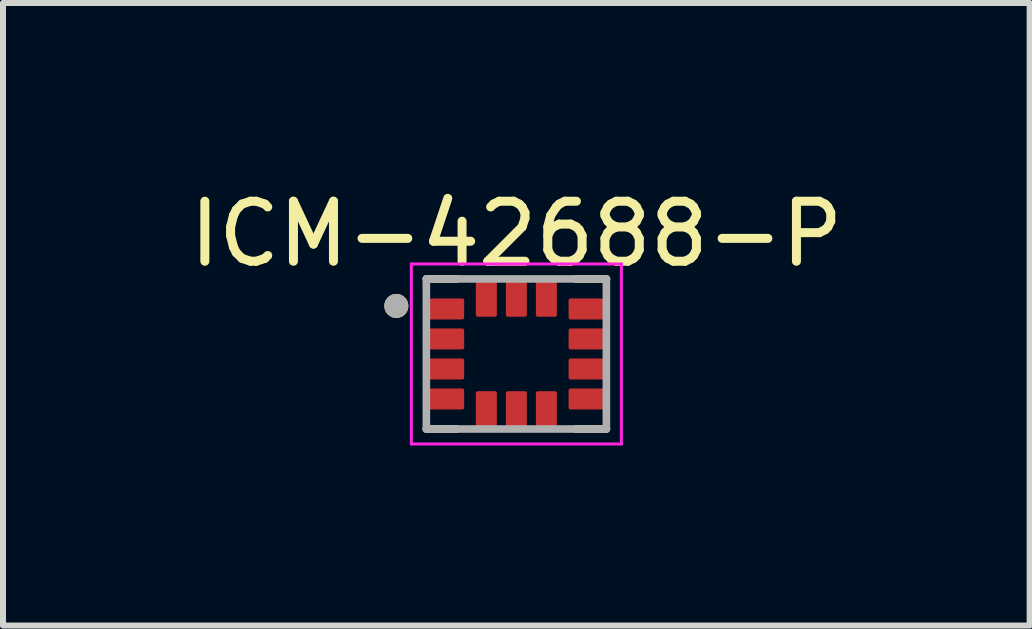
<source format=kicad_pcb>
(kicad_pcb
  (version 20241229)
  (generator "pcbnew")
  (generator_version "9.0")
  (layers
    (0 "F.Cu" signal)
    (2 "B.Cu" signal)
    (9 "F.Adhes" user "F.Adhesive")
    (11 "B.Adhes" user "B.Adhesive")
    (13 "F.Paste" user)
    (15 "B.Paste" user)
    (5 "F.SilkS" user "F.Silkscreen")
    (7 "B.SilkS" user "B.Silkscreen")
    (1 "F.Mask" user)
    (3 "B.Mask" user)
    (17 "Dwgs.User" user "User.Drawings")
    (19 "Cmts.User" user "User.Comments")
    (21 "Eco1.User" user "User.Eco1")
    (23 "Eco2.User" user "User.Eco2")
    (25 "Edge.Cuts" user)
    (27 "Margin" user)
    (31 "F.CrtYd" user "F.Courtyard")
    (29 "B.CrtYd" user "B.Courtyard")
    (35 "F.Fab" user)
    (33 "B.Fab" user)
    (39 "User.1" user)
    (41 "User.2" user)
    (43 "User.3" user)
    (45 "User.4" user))
  (footprint "ICM-42688-P"
    (layer "F.Cu")
    (at 5.554 2.848)
    (property "Reference" "ICM-42688-P" (at 0 -2 0) (layer "F.SilkS") (effects (font (size 1 1) (thickness 0.15))))
    (attr smd)
    (fp_poly (pts (xy -0.82 -0.85) (xy -0.82 -0.65) (xy -0.82 -0.643) (xy -0.821 -0.637) (xy -0.822 -0.63) (xy -0.823 -0.624) (xy -0.824 -0.618) (xy -0.826 -0.611) (xy -0.828 -0.605) (xy -0.831 -0.599) (xy -0.834 -0.593) (xy -0.837 -0.588) (xy -0.84 -0.582) (xy -0.844 -0.577) (xy -0.848 -0.571) (xy -0.852 -0.566) (xy -0.857 -0.562) (xy -0.861 -0.557) (xy -0.866 -0.553) (xy -0.872 -0.549) (xy -0.877 -0.545) (xy -0.882 -0.542) (xy -0.888 -0.539) (xy -0.894 -0.536) (xy -0.9 -0.533) (xy -0.906 -0.531) (xy -0.913 -0.529) (xy -0.919 -0.528) (xy -0.925 -0.527) (xy -0.932 -0.526) (xy -0.938 -0.525) (xy -0.945 -0.525) (xy -1.385 -0.525) (xy -1.392 -0.525) (xy -1.398 -0.526) (xy -1.405 -0.527) (xy -1.411 -0.528) (xy -1.417 -0.529) (xy -1.424 -0.531) (xy -1.43 -0.533) (xy -1.436 -0.536) (xy -1.442 -0.539) (xy -1.448 -0.542) (xy -1.453 -0.545) (xy -1.458 -0.549) (xy -1.464 -0.553) (xy -1.469 -0.557) (xy -1.473 -0.562) (xy -1.478 -0.566) (xy -1.482 -0.571) (xy -1.486 -0.577) (xy -1.49 -0.582) (xy -1.493 -0.588) (xy -1.496 -0.593) (xy -1.499 -0.599) (xy -1.502 -0.605) (xy -1.504 -0.611) (xy -1.506 -0.618) (xy -1.507 -0.624) (xy -1.508 -0.63) (xy -1.509 -0.637) (xy -1.51 -0.643) (xy -1.51 -0.65) (xy -1.51 -0.85) (xy -1.51 -0.857) (xy -1.509 -0.863) (xy -1.508 -0.87) (xy -1.507 -0.876) (xy -1.506 -0.882) (xy -1.504 -0.889) (xy -1.502 -0.895) (xy -1.499 -0.901) (xy -1.496 -0.907) (xy -1.493 -0.912) (xy -1.49 -0.918) (xy -1.486 -0.923) (xy -1.482 -0.929) (xy -1.478 -0.934) (xy -1.473 -0.938) (xy -1.469 -0.943) (xy -1.464 -0.947) (xy -1.458 -0.951) (xy -1.453 -0.955) (xy -1.448 -0.958) (xy -1.442 -0.961) (xy -1.436 -0.964) (xy -1.43 -0.967) (xy -1.424 -0.969) (xy -1.417 -0.971) (xy -1.411 -0.972) (xy -1.405 -0.973) (xy -1.398 -0.974) (xy -1.392 -0.975) (xy -1.385 -0.975) (xy -0.945 -0.975) (xy -0.938 -0.975) (xy -0.932 -0.974) (xy -0.925 -0.973) (xy -0.919 -0.972) (xy -0.913 -0.971) (xy -0.906 -0.969) (xy -0.9 -0.967) (xy -0.894 -0.964) (xy -0.888 -0.961) (xy -0.882 -0.958) (xy -0.877 -0.955) (xy -0.872 -0.951) (xy -0.866 -0.947) (xy -0.861 -0.943) (xy -0.857 -0.938) (xy -0.852 -0.934) (xy -0.848 -0.929) (xy -0.844 -0.923) (xy -0.84 -0.918) (xy -0.837 -0.912) (xy -0.834 -0.907) (xy -0.831 -0.901) (xy -0.828 -0.895) (xy -0.826 -0.889) (xy -0.824 -0.882) (xy -0.823 -0.876) (xy -0.822 -0.87) (xy -0.821 -0.863) (xy -0.82 -0.857) (xy -0.82 -0.85)) (stroke (width 0.01) (type solid)) (fill yes) (layer "F.Mask"))
    (fp_poly (pts (xy -0.82 -0.35) (xy -0.82 -0.15) (xy -0.82 -0.143) (xy -0.821 -0.137) (xy -0.822 -0.13) (xy -0.823 -0.124) (xy -0.824 -0.118) (xy -0.826 -0.111) (xy -0.828 -0.105) (xy -0.831 -0.099) (xy -0.834 -0.093) (xy -0.837 -0.088) (xy -0.84 -0.082) (xy -0.844 -0.077) (xy -0.848 -0.071) (xy -0.852 -0.066) (xy -0.857 -0.062) (xy -0.861 -0.057) (xy -0.866 -0.053) (xy -0.872 -0.049) (xy -0.877 -0.045) (xy -0.882 -0.042) (xy -0.888 -0.039) (xy -0.894 -0.036) (xy -0.9 -0.033) (xy -0.906 -0.031) (xy -0.913 -0.029) (xy -0.919 -0.028) (xy -0.925 -0.027) (xy -0.932 -0.026) (xy -0.938 -0.025) (xy -0.945 -0.025) (xy -1.385 -0.025) (xy -1.392 -0.025) (xy -1.398 -0.026) (xy -1.405 -0.027) (xy -1.411 -0.028) (xy -1.417 -0.029) (xy -1.424 -0.031) (xy -1.43 -0.033) (xy -1.436 -0.036) (xy -1.442 -0.039) (xy -1.448 -0.042) (xy -1.453 -0.045) (xy -1.458 -0.049) (xy -1.464 -0.053) (xy -1.469 -0.057) (xy -1.473 -0.062) (xy -1.478 -0.066) (xy -1.482 -0.071) (xy -1.486 -0.077) (xy -1.49 -0.082) (xy -1.493 -0.088) (xy -1.496 -0.093) (xy -1.499 -0.099) (xy -1.502 -0.105) (xy -1.504 -0.111) (xy -1.506 -0.118) (xy -1.507 -0.124) (xy -1.508 -0.13) (xy -1.509 -0.137) (xy -1.51 -0.143) (xy -1.51 -0.15) (xy -1.51 -0.35) (xy -1.51 -0.357) (xy -1.509 -0.363) (xy -1.508 -0.37) (xy -1.507 -0.376) (xy -1.506 -0.382) (xy -1.504 -0.389) (xy -1.502 -0.395) (xy -1.499 -0.401) (xy -1.496 -0.407) (xy -1.493 -0.412) (xy -1.49 -0.418) (xy -1.486 -0.423) (xy -1.482 -0.429) (xy -1.478 -0.434) (xy -1.473 -0.438) (xy -1.469 -0.443) (xy -1.464 -0.447) (xy -1.458 -0.451) (xy -1.453 -0.455) (xy -1.448 -0.458) (xy -1.442 -0.461) (xy -1.436 -0.464) (xy -1.43 -0.467) (xy -1.424 -0.469) (xy -1.417 -0.471) (xy -1.411 -0.472) (xy -1.405 -0.473) (xy -1.398 -0.474) (xy -1.392 -0.475) (xy -1.385 -0.475) (xy -0.945 -0.475) (xy -0.938 -0.475) (xy -0.932 -0.474) (xy -0.925 -0.473) (xy -0.919 -0.472) (xy -0.913 -0.471) (xy -0.906 -0.469) (xy -0.9 -0.467) (xy -0.894 -0.464) (xy -0.888 -0.461) (xy -0.882 -0.458) (xy -0.877 -0.455) (xy -0.872 -0.451) (xy -0.866 -0.447) (xy -0.861 -0.443) (xy -0.857 -0.438) (xy -0.852 -0.434) (xy -0.848 -0.429) (xy -0.844 -0.423) (xy -0.84 -0.418) (xy -0.837 -0.412) (xy -0.834 -0.407) (xy -0.831 -0.401) (xy -0.828 -0.395) (xy -0.826 -0.389) (xy -0.824 -0.382) (xy -0.823 -0.376) (xy -0.822 -0.37) (xy -0.821 -0.363) (xy -0.82 -0.357) (xy -0.82 -0.35)) (stroke (width 0.01) (type solid)) (fill yes) (layer "F.Mask"))
    (fp_poly (pts (xy -0.82 0.15) (xy -0.82 0.35) (xy -0.82 0.357) (xy -0.821 0.363) (xy -0.822 0.37) (xy -0.823 0.376) (xy -0.824 0.382) (xy -0.826 0.389) (xy -0.828 0.395) (xy -0.831 0.401) (xy -0.834 0.407) (xy -0.837 0.412) (xy -0.84 0.418) (xy -0.844 0.423) (xy -0.848 0.429) (xy -0.852 0.434) (xy -0.857 0.438) (xy -0.861 0.443) (xy -0.866 0.447) (xy -0.872 0.451) (xy -0.877 0.455) (xy -0.882 0.458) (xy -0.888 0.461) (xy -0.894 0.464) (xy -0.9 0.467) (xy -0.906 0.469) (xy -0.913 0.471) (xy -0.919 0.472) (xy -0.925 0.473) (xy -0.932 0.474) (xy -0.938 0.475) (xy -0.945 0.475) (xy -1.385 0.475) (xy -1.392 0.475) (xy -1.398 0.474) (xy -1.405 0.473) (xy -1.411 0.472) (xy -1.417 0.471) (xy -1.424 0.469) (xy -1.43 0.467) (xy -1.436 0.464) (xy -1.442 0.461) (xy -1.448 0.458) (xy -1.453 0.455) (xy -1.458 0.451) (xy -1.464 0.447) (xy -1.469 0.443) (xy -1.473 0.438) (xy -1.478 0.434) (xy -1.482 0.429) (xy -1.486 0.423) (xy -1.49 0.418) (xy -1.493 0.412) (xy -1.496 0.407) (xy -1.499 0.401) (xy -1.502 0.395) (xy -1.504 0.389) (xy -1.506 0.382) (xy -1.507 0.376) (xy -1.508 0.37) (xy -1.509 0.363) (xy -1.51 0.357) (xy -1.51 0.35) (xy -1.51 0.15) (xy -1.51 0.143) (xy -1.509 0.137) (xy -1.508 0.13) (xy -1.507 0.124) (xy -1.506 0.118) (xy -1.504 0.111) (xy -1.502 0.105) (xy -1.499 0.099) (xy -1.496 0.093) (xy -1.493 0.088) (xy -1.49 0.082) (xy -1.486 0.077) (xy -1.482 0.071) (xy -1.478 0.066) (xy -1.473 0.062) (xy -1.469 0.057) (xy -1.464 0.053) (xy -1.458 0.049) (xy -1.453 0.045) (xy -1.448 0.042) (xy -1.442 0.039) (xy -1.436 0.036) (xy -1.43 0.033) (xy -1.424 0.031) (xy -1.417 0.029) (xy -1.411 0.028) (xy -1.405 0.027) (xy -1.398 0.026) (xy -1.392 0.025) (xy -1.385 0.025) (xy -0.945 0.025) (xy -0.938 0.025) (xy -0.932 0.026) (xy -0.925 0.027) (xy -0.919 0.028) (xy -0.913 0.029) (xy -0.906 0.031) (xy -0.9 0.033) (xy -0.894 0.036) (xy -0.888 0.039) (xy -0.882 0.042) (xy -0.877 0.045) (xy -0.872 0.049) (xy -0.866 0.053) (xy -0.861 0.057) (xy -0.857 0.062) (xy -0.852 0.066) (xy -0.848 0.071) (xy -0.844 0.077) (xy -0.84 0.082) (xy -0.837 0.088) (xy -0.834 0.093) (xy -0.831 0.099) (xy -0.828 0.105) (xy -0.826 0.111) (xy -0.824 0.118) (xy -0.823 0.124) (xy -0.822 0.13) (xy -0.821 0.137) (xy -0.82 0.143) (xy -0.82 0.15)) (stroke (width 0.01) (type solid)) (fill yes) (layer "F.Mask"))
    (fp_poly (pts (xy -0.82 0.65) (xy -0.82 0.85) (xy -0.82 0.857) (xy -0.821 0.863) (xy -0.822 0.87) (xy -0.823 0.876) (xy -0.824 0.882) (xy -0.826 0.889) (xy -0.828 0.895) (xy -0.831 0.901) (xy -0.834 0.907) (xy -0.837 0.912) (xy -0.84 0.918) (xy -0.844 0.923) (xy -0.848 0.929) (xy -0.852 0.934) (xy -0.857 0.938) (xy -0.861 0.943) (xy -0.866 0.947) (xy -0.872 0.951) (xy -0.877 0.955) (xy -0.882 0.958) (xy -0.888 0.961) (xy -0.894 0.964) (xy -0.9 0.967) (xy -0.906 0.969) (xy -0.913 0.971) (xy -0.919 0.972) (xy -0.925 0.973) (xy -0.932 0.974) (xy -0.938 0.975) (xy -0.945 0.975) (xy -1.385 0.975) (xy -1.392 0.975) (xy -1.398 0.974) (xy -1.405 0.973) (xy -1.411 0.972) (xy -1.417 0.971) (xy -1.424 0.969) (xy -1.43 0.967) (xy -1.436 0.964) (xy -1.442 0.961) (xy -1.448 0.958) (xy -1.453 0.955) (xy -1.458 0.951) (xy -1.464 0.947) (xy -1.469 0.943) (xy -1.473 0.938) (xy -1.478 0.934) (xy -1.482 0.929) (xy -1.486 0.923) (xy -1.49 0.918) (xy -1.493 0.912) (xy -1.496 0.907) (xy -1.499 0.901) (xy -1.502 0.895) (xy -1.504 0.889) (xy -1.506 0.882) (xy -1.507 0.876) (xy -1.508 0.87) (xy -1.509 0.863) (xy -1.51 0.857) (xy -1.51 0.85) (xy -1.51 0.65) (xy -1.51 0.643) (xy -1.509 0.637) (xy -1.508 0.63) (xy -1.507 0.624) (xy -1.506 0.618) (xy -1.504 0.611) (xy -1.502 0.605) (xy -1.499 0.599) (xy -1.496 0.593) (xy -1.493 0.588) (xy -1.49 0.582) (xy -1.486 0.577) (xy -1.482 0.571) (xy -1.478 0.566) (xy -1.473 0.562) (xy -1.469 0.557) (xy -1.464 0.553) (xy -1.458 0.549) (xy -1.453 0.545) (xy -1.448 0.542) (xy -1.442 0.539) (xy -1.436 0.536) (xy -1.43 0.533) (xy -1.424 0.531) (xy -1.417 0.529) (xy -1.411 0.528) (xy -1.405 0.527) (xy -1.398 0.526) (xy -1.392 0.525) (xy -1.385 0.525) (xy -0.945 0.525) (xy -0.938 0.525) (xy -0.932 0.526) (xy -0.925 0.527) (xy -0.919 0.528) (xy -0.913 0.529) (xy -0.906 0.531) (xy -0.9 0.533) (xy -0.894 0.536) (xy -0.888 0.539) (xy -0.882 0.542) (xy -0.877 0.545) (xy -0.872 0.549) (xy -0.866 0.553) (xy -0.861 0.557) (xy -0.857 0.562) (xy -0.852 0.566) (xy -0.848 0.571) (xy -0.844 0.577) (xy -0.84 0.582) (xy -0.837 0.588) (xy -0.834 0.593) (xy -0.831 0.599) (xy -0.828 0.605) (xy -0.826 0.611) (xy -0.824 0.618) (xy -0.823 0.624) (xy -0.822 0.63) (xy -0.821 0.637) (xy -0.82 0.643) (xy -0.82 0.65)) (stroke (width 0.01) (type solid)) (fill yes) (layer "F.Mask"))
    (fp_poly (pts (xy -0.6 -1.26) (xy -0.4 -1.26) (xy -0.393 -1.26) (xy -0.387 -1.259) (xy -0.38 -1.258) (xy -0.374 -1.257) (xy -0.368 -1.256) (xy -0.361 -1.254) (xy -0.355 -1.252) (xy -0.349 -1.249) (xy -0.343 -1.246) (xy -0.338 -1.243) (xy -0.332 -1.24) (xy -0.327 -1.236) (xy -0.321 -1.232) (xy -0.316 -1.228) (xy -0.312 -1.223) (xy -0.307 -1.219) (xy -0.303 -1.214) (xy -0.299 -1.208) (xy -0.295 -1.203) (xy -0.292 -1.198) (xy -0.289 -1.192) (xy -0.286 -1.186) (xy -0.283 -1.18) (xy -0.281 -1.174) (xy -0.279 -1.167) (xy -0.278 -1.161) (xy -0.277 -1.155) (xy -0.276 -1.148) (xy -0.275 -1.142) (xy -0.275 -1.135) (xy -0.275 -0.695) (xy -0.275 -0.688) (xy -0.276 -0.682) (xy -0.277 -0.675) (xy -0.278 -0.669) (xy -0.279 -0.663) (xy -0.281 -0.656) (xy -0.283 -0.65) (xy -0.286 -0.644) (xy -0.289 -0.638) (xy -0.292 -0.632) (xy -0.295 -0.627) (xy -0.299 -0.622) (xy -0.303 -0.616) (xy -0.307 -0.611) (xy -0.312 -0.607) (xy -0.316 -0.602) (xy -0.321 -0.598) (xy -0.327 -0.594) (xy -0.332 -0.59) (xy -0.338 -0.587) (xy -0.343 -0.584) (xy -0.349 -0.581) (xy -0.355 -0.578) (xy -0.361 -0.576) (xy -0.368 -0.574) (xy -0.374 -0.573) (xy -0.38 -0.572) (xy -0.387 -0.571) (xy -0.393 -0.57) (xy -0.4 -0.57) (xy -0.6 -0.57) (xy -0.607 -0.57) (xy -0.613 -0.571) (xy -0.62 -0.572) (xy -0.626 -0.573) (xy -0.632 -0.574) (xy -0.639 -0.576) (xy -0.645 -0.578) (xy -0.651 -0.581) (xy -0.657 -0.584) (xy -0.663 -0.587) (xy -0.668 -0.59) (xy -0.673 -0.594) (xy -0.679 -0.598) (xy -0.684 -0.602) (xy -0.688 -0.607) (xy -0.693 -0.611) (xy -0.697 -0.616) (xy -0.701 -0.622) (xy -0.705 -0.627) (xy -0.708 -0.632) (xy -0.711 -0.638) (xy -0.714 -0.644) (xy -0.717 -0.65) (xy -0.719 -0.656) (xy -0.721 -0.663) (xy -0.722 -0.669) (xy -0.723 -0.675) (xy -0.724 -0.682) (xy -0.725 -0.688) (xy -0.725 -0.695) (xy -0.725 -1.135) (xy -0.725 -1.142) (xy -0.724 -1.148) (xy -0.723 -1.155) (xy -0.722 -1.161) (xy -0.721 -1.167) (xy -0.719 -1.174) (xy -0.717 -1.18) (xy -0.714 -1.186) (xy -0.711 -1.192) (xy -0.708 -1.198) (xy -0.705 -1.203) (xy -0.701 -1.208) (xy -0.697 -1.214) (xy -0.693 -1.219) (xy -0.688 -1.223) (xy -0.684 -1.228) (xy -0.679 -1.232) (xy -0.673 -1.236) (xy -0.668 -1.24) (xy -0.662 -1.243) (xy -0.657 -1.246) (xy -0.651 -1.249) (xy -0.645 -1.252) (xy -0.639 -1.254) (xy -0.632 -1.256) (xy -0.626 -1.257) (xy -0.62 -1.258) (xy -0.613 -1.259) (xy -0.607 -1.26) (xy -0.6 -1.26)) (stroke (width 0.01) (type solid)) (fill yes) (layer "F.Mask"))
    (fp_poly (pts (xy -0.6 0.57) (xy -0.4 0.57) (xy -0.393 0.57) (xy -0.387 0.571) (xy -0.38 0.572) (xy -0.374 0.573) (xy -0.368 0.574) (xy -0.361 0.576) (xy -0.355 0.578) (xy -0.349 0.581) (xy -0.343 0.584) (xy -0.338 0.587) (xy -0.332 0.59) (xy -0.327 0.594) (xy -0.321 0.598) (xy -0.316 0.602) (xy -0.312 0.607) (xy -0.307 0.611) (xy -0.303 0.616) (xy -0.299 0.622) (xy -0.295 0.627) (xy -0.292 0.632) (xy -0.289 0.638) (xy -0.286 0.644) (xy -0.283 0.65) (xy -0.281 0.656) (xy -0.279 0.663) (xy -0.278 0.669) (xy -0.277 0.675) (xy -0.276 0.682) (xy -0.275 0.688) (xy -0.275 0.695) (xy -0.275 1.135) (xy -0.275 1.142) (xy -0.276 1.148) (xy -0.277 1.155) (xy -0.278 1.161) (xy -0.279 1.167) (xy -0.281 1.174) (xy -0.283 1.18) (xy -0.286 1.186) (xy -0.289 1.192) (xy -0.292 1.198) (xy -0.295 1.203) (xy -0.299 1.208) (xy -0.303 1.214) (xy -0.307 1.219) (xy -0.312 1.223) (xy -0.316 1.228) (xy -0.321 1.232) (xy -0.327 1.236) (xy -0.332 1.24) (xy -0.338 1.243) (xy -0.343 1.246) (xy -0.349 1.249) (xy -0.355 1.252) (xy -0.361 1.254) (xy -0.368 1.256) (xy -0.374 1.257) (xy -0.38 1.258) (xy -0.387 1.259) (xy -0.393 1.26) (xy -0.4 1.26) (xy -0.6 1.26) (xy -0.607 1.26) (xy -0.613 1.259) (xy -0.62 1.258) (xy -0.626 1.257) (xy -0.632 1.256) (xy -0.639 1.254) (xy -0.645 1.252) (xy -0.651 1.249) (xy -0.657 1.246) (xy -0.663 1.243) (xy -0.668 1.24) (xy -0.673 1.236) (xy -0.679 1.232) (xy -0.684 1.228) (xy -0.688 1.223) (xy -0.693 1.219) (xy -0.697 1.214) (xy -0.701 1.208) (xy -0.705 1.203) (xy -0.708 1.198) (xy -0.711 1.192) (xy -0.714 1.186) (xy -0.717 1.18) (xy -0.719 1.174) (xy -0.721 1.167) (xy -0.722 1.161) (xy -0.723 1.155) (xy -0.724 1.148) (xy -0.725 1.142) (xy -0.725 1.135) (xy -0.725 0.695) (xy -0.725 0.688) (xy -0.724 0.682) (xy -0.723 0.675) (xy -0.722 0.669) (xy -0.721 0.663) (xy -0.719 0.656) (xy -0.717 0.65) (xy -0.714 0.644) (xy -0.711 0.638) (xy -0.708 0.632) (xy -0.705 0.627) (xy -0.701 0.622) (xy -0.697 0.616) (xy -0.693 0.611) (xy -0.688 0.607) (xy -0.684 0.602) (xy -0.679 0.598) (xy -0.673 0.594) (xy -0.668 0.59) (xy -0.662 0.587) (xy -0.657 0.584) (xy -0.651 0.581) (xy -0.645 0.578) (xy -0.639 0.576) (xy -0.632 0.574) (xy -0.626 0.573) (xy -0.62 0.572) (xy -0.613 0.571) (xy -0.607 0.57) (xy -0.6 0.57)) (stroke (width 0.01) (type solid)) (fill yes) (layer "F.Mask"))
    (fp_poly (pts (xy -0.1 -1.26) (xy 0.1 -1.26) (xy 0.107 -1.26) (xy 0.113 -1.259) (xy 0.12 -1.258) (xy 0.126 -1.257) (xy 0.132 -1.256) (xy 0.139 -1.254) (xy 0.145 -1.252) (xy 0.151 -1.249) (xy 0.157 -1.246) (xy 0.163 -1.243) (xy 0.168 -1.24) (xy 0.173 -1.236) (xy 0.179 -1.232) (xy 0.184 -1.228) (xy 0.188 -1.223) (xy 0.193 -1.219) (xy 0.197 -1.214) (xy 0.201 -1.208) (xy 0.205 -1.203) (xy 0.208 -1.198) (xy 0.211 -1.192) (xy 0.214 -1.186) (xy 0.217 -1.18) (xy 0.219 -1.174) (xy 0.221 -1.167) (xy 0.222 -1.161) (xy 0.223 -1.155) (xy 0.224 -1.148) (xy 0.225 -1.142) (xy 0.225 -1.135) (xy 0.225 -0.695) (xy 0.225 -0.688) (xy 0.224 -0.682) (xy 0.223 -0.675) (xy 0.222 -0.669) (xy 0.221 -0.663) (xy 0.219 -0.656) (xy 0.217 -0.65) (xy 0.214 -0.644) (xy 0.211 -0.638) (xy 0.208 -0.632) (xy 0.205 -0.627) (xy 0.201 -0.622) (xy 0.197 -0.616) (xy 0.193 -0.611) (xy 0.188 -0.607) (xy 0.184 -0.602) (xy 0.179 -0.598) (xy 0.173 -0.594) (xy 0.168 -0.59) (xy 0.163 -0.587) (xy 0.157 -0.584) (xy 0.151 -0.581) (xy 0.145 -0.578) (xy 0.139 -0.576) (xy 0.132 -0.574) (xy 0.126 -0.573) (xy 0.12 -0.572) (xy 0.113 -0.571) (xy 0.107 -0.57) (xy 0.1 -0.57) (xy -0.1 -0.57) (xy -0.107 -0.57) (xy -0.113 -0.571) (xy -0.12 -0.572) (xy -0.126 -0.573) (xy -0.132 -0.574) (xy -0.139 -0.576) (xy -0.145 -0.578) (xy -0.151 -0.581) (xy -0.157 -0.584) (xy -0.163 -0.587) (xy -0.168 -0.59) (xy -0.173 -0.594) (xy -0.179 -0.598) (xy -0.184 -0.602) (xy -0.188 -0.607) (xy -0.193 -0.611) (xy -0.197 -0.616) (xy -0.201 -0.622) (xy -0.205 -0.627) (xy -0.208 -0.632) (xy -0.211 -0.638) (xy -0.214 -0.644) (xy -0.217 -0.65) (xy -0.219 -0.656) (xy -0.221 -0.663) (xy -0.222 -0.669) (xy -0.223 -0.675) (xy -0.224 -0.682) (xy -0.225 -0.688) (xy -0.225 -0.695) (xy -0.225 -1.135) (xy -0.225 -1.142) (xy -0.224 -1.148) (xy -0.223 -1.155) (xy -0.222 -1.161) (xy -0.221 -1.167) (xy -0.219 -1.174) (xy -0.217 -1.18) (xy -0.214 -1.186) (xy -0.211 -1.192) (xy -0.208 -1.198) (xy -0.205 -1.203) (xy -0.201 -1.208) (xy -0.197 -1.214) (xy -0.193 -1.219) (xy -0.188 -1.223) (xy -0.184 -1.228) (xy -0.179 -1.232) (xy -0.173 -1.236) (xy -0.168 -1.24) (xy -0.162 -1.243) (xy -0.157 -1.246) (xy -0.151 -1.249) (xy -0.145 -1.252) (xy -0.139 -1.254) (xy -0.132 -1.256) (xy -0.126 -1.257) (xy -0.12 -1.258) (xy -0.113 -1.259) (xy -0.107 -1.26) (xy -0.1 -1.26)) (stroke (width 0.01) (type solid)) (fill yes) (layer "F.Mask"))
    (fp_poly (pts (xy -0.1 0.57) (xy 0.1 0.57) (xy 0.107 0.57) (xy 0.113 0.571) (xy 0.12 0.572) (xy 0.126 0.573) (xy 0.132 0.574) (xy 0.139 0.576) (xy 0.145 0.578) (xy 0.151 0.581) (xy 0.157 0.584) (xy 0.163 0.587) (xy 0.168 0.59) (xy 0.173 0.594) (xy 0.179 0.598) (xy 0.184 0.602) (xy 0.188 0.607) (xy 0.193 0.611) (xy 0.197 0.616) (xy 0.201 0.622) (xy 0.205 0.627) (xy 0.208 0.632) (xy 0.211 0.638) (xy 0.214 0.644) (xy 0.217 0.65) (xy 0.219 0.656) (xy 0.221 0.663) (xy 0.222 0.669) (xy 0.223 0.675) (xy 0.224 0.682) (xy 0.225 0.688) (xy 0.225 0.695) (xy 0.225 1.135) (xy 0.225 1.142) (xy 0.224 1.148) (xy 0.223 1.155) (xy 0.222 1.161) (xy 0.221 1.167) (xy 0.219 1.174) (xy 0.217 1.18) (xy 0.214 1.186) (xy 0.211 1.192) (xy 0.208 1.198) (xy 0.205 1.203) (xy 0.201 1.208) (xy 0.197 1.214) (xy 0.193 1.219) (xy 0.188 1.223) (xy 0.184 1.228) (xy 0.179 1.232) (xy 0.173 1.236) (xy 0.168 1.24) (xy 0.163 1.243) (xy 0.157 1.246) (xy 0.151 1.249) (xy 0.145 1.252) (xy 0.139 1.254) (xy 0.132 1.256) (xy 0.126 1.257) (xy 0.12 1.258) (xy 0.113 1.259) (xy 0.107 1.26) (xy 0.1 1.26) (xy -0.1 1.26) (xy -0.107 1.26) (xy -0.113 1.259) (xy -0.12 1.258) (xy -0.126 1.257) (xy -0.132 1.256) (xy -0.139 1.254) (xy -0.145 1.252) (xy -0.151 1.249) (xy -0.157 1.246) (xy -0.163 1.243) (xy -0.168 1.24) (xy -0.173 1.236) (xy -0.179 1.232) (xy -0.184 1.228) (xy -0.188 1.223) (xy -0.193 1.219) (xy -0.197 1.214) (xy -0.201 1.208) (xy -0.205 1.203) (xy -0.208 1.198) (xy -0.211 1.192) (xy -0.214 1.186) (xy -0.217 1.18) (xy -0.219 1.174) (xy -0.221 1.167) (xy -0.222 1.161) (xy -0.223 1.155) (xy -0.224 1.148) (xy -0.225 1.142) (xy -0.225 1.135) (xy -0.225 0.695) (xy -0.225 0.688) (xy -0.224 0.682) (xy -0.223 0.675) (xy -0.222 0.669) (xy -0.221 0.663) (xy -0.219 0.656) (xy -0.217 0.65) (xy -0.214 0.644) (xy -0.211 0.638) (xy -0.208 0.632) (xy -0.205 0.627) (xy -0.201 0.622) (xy -0.197 0.616) (xy -0.193 0.611) (xy -0.188 0.607) (xy -0.184 0.602) (xy -0.179 0.598) (xy -0.173 0.594) (xy -0.168 0.59) (xy -0.162 0.587) (xy -0.157 0.584) (xy -0.151 0.581) (xy -0.145 0.578) (xy -0.139 0.576) (xy -0.132 0.574) (xy -0.126 0.573) (xy -0.12 0.572) (xy -0.113 0.571) (xy -0.107 0.57) (xy -0.1 0.57)) (stroke (width 0.01) (type solid)) (fill yes) (layer "F.Mask"))
    (fp_poly (pts (xy 0.4 -1.26) (xy 0.6 -1.26) (xy 0.607 -1.26) (xy 0.613 -1.259) (xy 0.62 -1.258) (xy 0.626 -1.257) (xy 0.632 -1.256) (xy 0.639 -1.254) (xy 0.645 -1.252) (xy 0.651 -1.249) (xy 0.657 -1.246) (xy 0.662 -1.243) (xy 0.668 -1.24) (xy 0.673 -1.236) (xy 0.679 -1.232) (xy 0.684 -1.228) (xy 0.688 -1.223) (xy 0.693 -1.219) (xy 0.697 -1.214) (xy 0.701 -1.208) (xy 0.705 -1.203) (xy 0.708 -1.198) (xy 0.711 -1.192) (xy 0.714 -1.186) (xy 0.717 -1.18) (xy 0.719 -1.174) (xy 0.721 -1.167) (xy 0.722 -1.161) (xy 0.723 -1.155) (xy 0.724 -1.148) (xy 0.725 -1.142) (xy 0.725 -1.135) (xy 0.725 -0.695) (xy 0.725 -0.688) (xy 0.724 -0.682) (xy 0.723 -0.675) (xy 0.722 -0.669) (xy 0.721 -0.663) (xy 0.719 -0.656) (xy 0.717 -0.65) (xy 0.714 -0.644) (xy 0.711 -0.638) (xy 0.708 -0.632) (xy 0.705 -0.627) (xy 0.701 -0.622) (xy 0.697 -0.616) (xy 0.693 -0.611) (xy 0.688 -0.607) (xy 0.684 -0.602) (xy 0.679 -0.598) (xy 0.673 -0.594) (xy 0.668 -0.59) (xy 0.662 -0.587) (xy 0.657 -0.584) (xy 0.651 -0.581) (xy 0.645 -0.578) (xy 0.639 -0.576) (xy 0.632 -0.574) (xy 0.626 -0.573) (xy 0.62 -0.572) (xy 0.613 -0.571) (xy 0.607 -0.57) (xy 0.6 -0.57) (xy 0.4 -0.57) (xy 0.393 -0.57) (xy 0.387 -0.571) (xy 0.38 -0.572) (xy 0.374 -0.573) (xy 0.368 -0.574) (xy 0.361 -0.576) (xy 0.355 -0.578) (xy 0.349 -0.581) (xy 0.343 -0.584) (xy 0.337 -0.587) (xy 0.332 -0.59) (xy 0.327 -0.594) (xy 0.321 -0.598) (xy 0.316 -0.602) (xy 0.312 -0.607) (xy 0.307 -0.611) (xy 0.303 -0.616) (xy 0.299 -0.622) (xy 0.295 -0.627) (xy 0.292 -0.632) (xy 0.289 -0.638) (xy 0.286 -0.644) (xy 0.283 -0.65) (xy 0.281 -0.656) (xy 0.279 -0.663) (xy 0.278 -0.669) (xy 0.277 -0.675) (xy 0.276 -0.682) (xy 0.275 -0.688) (xy 0.275 -0.695) (xy 0.275 -1.135) (xy 0.275 -1.142) (xy 0.276 -1.148) (xy 0.277 -1.155) (xy 0.278 -1.161) (xy 0.279 -1.167) (xy 0.281 -1.174) (xy 0.283 -1.18) (xy 0.286 -1.186) (xy 0.289 -1.192) (xy 0.292 -1.198) (xy 0.295 -1.203) (xy 0.299 -1.208) (xy 0.303 -1.214) (xy 0.307 -1.219) (xy 0.312 -1.223) (xy 0.316 -1.228) (xy 0.321 -1.232) (xy 0.327 -1.236) (xy 0.332 -1.24) (xy 0.338 -1.243) (xy 0.343 -1.246) (xy 0.349 -1.249) (xy 0.355 -1.252) (xy 0.361 -1.254) (xy 0.368 -1.256) (xy 0.374 -1.257) (xy 0.38 -1.258) (xy 0.387 -1.259) (xy 0.393 -1.26) (xy 0.4 -1.26)) (stroke (width 0.01) (type solid)) (fill yes) (layer "F.Mask"))
    (fp_poly (pts (xy 0.4 0.57) (xy 0.6 0.57) (xy 0.607 0.57) (xy 0.613 0.571) (xy 0.62 0.572) (xy 0.626 0.573) (xy 0.632 0.574) (xy 0.639 0.576) (xy 0.645 0.578) (xy 0.651 0.581) (xy 0.657 0.584) (xy 0.662 0.587) (xy 0.668 0.59) (xy 0.673 0.594) (xy 0.679 0.598) (xy 0.684 0.602) (xy 0.688 0.607) (xy 0.693 0.611) (xy 0.697 0.616) (xy 0.701 0.622) (xy 0.705 0.627) (xy 0.708 0.632) (xy 0.711 0.638) (xy 0.714 0.644) (xy 0.717 0.65) (xy 0.719 0.656) (xy 0.721 0.663) (xy 0.722 0.669) (xy 0.723 0.675) (xy 0.724 0.682) (xy 0.725 0.688) (xy 0.725 0.695) (xy 0.725 1.135) (xy 0.725 1.142) (xy 0.724 1.148) (xy 0.723 1.155) (xy 0.722 1.161) (xy 0.721 1.167) (xy 0.719 1.174) (xy 0.717 1.18) (xy 0.714 1.186) (xy 0.711 1.192) (xy 0.708 1.198) (xy 0.705 1.203) (xy 0.701 1.208) (xy 0.697 1.214) (xy 0.693 1.219) (xy 0.688 1.223) (xy 0.684 1.228) (xy 0.679 1.232) (xy 0.673 1.236) (xy 0.668 1.24) (xy 0.662 1.243) (xy 0.657 1.246) (xy 0.651 1.249) (xy 0.645 1.252) (xy 0.639 1.254) (xy 0.632 1.256) (xy 0.626 1.257) (xy 0.62 1.258) (xy 0.613 1.259) (xy 0.607 1.26) (xy 0.6 1.26) (xy 0.4 1.26) (xy 0.393 1.26) (xy 0.387 1.259) (xy 0.38 1.258) (xy 0.374 1.257) (xy 0.368 1.256) (xy 0.361 1.254) (xy 0.355 1.252) (xy 0.349 1.249) (xy 0.343 1.246) (xy 0.337 1.243) (xy 0.332 1.24) (xy 0.327 1.236) (xy 0.321 1.232) (xy 0.316 1.228) (xy 0.312 1.223) (xy 0.307 1.219) (xy 0.303 1.214) (xy 0.299 1.208) (xy 0.295 1.203) (xy 0.292 1.198) (xy 0.289 1.192) (xy 0.286 1.186) (xy 0.283 1.18) (xy 0.281 1.174) (xy 0.279 1.167) (xy 0.278 1.161) (xy 0.277 1.155) (xy 0.276 1.148) (xy 0.275 1.142) (xy 0.275 1.135) (xy 0.275 0.695) (xy 0.275 0.688) (xy 0.276 0.682) (xy 0.277 0.675) (xy 0.278 0.669) (xy 0.279 0.663) (xy 0.281 0.656) (xy 0.283 0.65) (xy 0.286 0.644) (xy 0.289 0.638) (xy 0.292 0.632) (xy 0.295 0.627) (xy 0.299 0.622) (xy 0.303 0.616) (xy 0.307 0.611) (xy 0.312 0.607) (xy 0.316 0.602) (xy 0.321 0.598) (xy 0.327 0.594) (xy 0.332 0.59) (xy 0.338 0.587) (xy 0.343 0.584) (xy 0.349 0.581) (xy 0.355 0.578) (xy 0.361 0.576) (xy 0.368 0.574) (xy 0.374 0.573) (xy 0.38 0.572) (xy 0.387 0.571) (xy 0.393 0.57) (xy 0.4 0.57)) (stroke (width 0.01) (type solid)) (fill yes) (layer "F.Mask"))
    (fp_poly (pts (xy 1.51 -0.85) (xy 1.51 -0.65) (xy 1.51 -0.643) (xy 1.509 -0.637) (xy 1.508 -0.63) (xy 1.507 -0.624) (xy 1.506 -0.618) (xy 1.504 -0.611) (xy 1.502 -0.605) (xy 1.499 -0.599) (xy 1.496 -0.593) (xy 1.493 -0.588) (xy 1.49 -0.582) (xy 1.486 -0.577) (xy 1.482 -0.571) (xy 1.478 -0.566) (xy 1.473 -0.562) (xy 1.469 -0.557) (xy 1.464 -0.553) (xy 1.458 -0.549) (xy 1.453 -0.545) (xy 1.448 -0.542) (xy 1.442 -0.539) (xy 1.436 -0.536) (xy 1.43 -0.533) (xy 1.424 -0.531) (xy 1.417 -0.529) (xy 1.411 -0.528) (xy 1.405 -0.527) (xy 1.398 -0.526) (xy 1.392 -0.525) (xy 1.385 -0.525) (xy 0.945 -0.525) (xy 0.938 -0.525) (xy 0.932 -0.526) (xy 0.925 -0.527) (xy 0.919 -0.528) (xy 0.913 -0.529) (xy 0.906 -0.531) (xy 0.9 -0.533) (xy 0.894 -0.536) (xy 0.888 -0.539) (xy 0.882 -0.542) (xy 0.877 -0.545) (xy 0.872 -0.549) (xy 0.866 -0.553) (xy 0.861 -0.557) (xy 0.857 -0.562) (xy 0.852 -0.566) (xy 0.848 -0.571) (xy 0.844 -0.577) (xy 0.84 -0.582) (xy 0.837 -0.588) (xy 0.834 -0.593) (xy 0.831 -0.599) (xy 0.828 -0.605) (xy 0.826 -0.611) (xy 0.824 -0.618) (xy 0.823 -0.624) (xy 0.822 -0.63) (xy 0.821 -0.637) (xy 0.82 -0.643) (xy 0.82 -0.65) (xy 0.82 -0.85) (xy 0.82 -0.857) (xy 0.821 -0.863) (xy 0.822 -0.87) (xy 0.823 -0.876) (xy 0.824 -0.882) (xy 0.826 -0.889) (xy 0.828 -0.895) (xy 0.831 -0.901) (xy 0.834 -0.907) (xy 0.837 -0.912) (xy 0.84 -0.918) (xy 0.844 -0.923) (xy 0.848 -0.929) (xy 0.852 -0.934) (xy 0.857 -0.938) (xy 0.861 -0.943) (xy 0.866 -0.947) (xy 0.872 -0.951) (xy 0.877 -0.955) (xy 0.882 -0.958) (xy 0.888 -0.961) (xy 0.894 -0.964) (xy 0.9 -0.967) (xy 0.906 -0.969) (xy 0.913 -0.971) (xy 0.919 -0.972) (xy 0.925 -0.973) (xy 0.932 -0.974) (xy 0.938 -0.975) (xy 0.945 -0.975) (xy 1.385 -0.975) (xy 1.392 -0.975) (xy 1.398 -0.974) (xy 1.405 -0.973) (xy 1.411 -0.972) (xy 1.417 -0.971) (xy 1.424 -0.969) (xy 1.43 -0.967) (xy 1.436 -0.964) (xy 1.442 -0.961) (xy 1.448 -0.958) (xy 1.453 -0.955) (xy 1.458 -0.951) (xy 1.464 -0.947) (xy 1.469 -0.943) (xy 1.473 -0.938) (xy 1.478 -0.934) (xy 1.482 -0.929) (xy 1.486 -0.923) (xy 1.49 -0.918) (xy 1.493 -0.912) (xy 1.496 -0.907) (xy 1.499 -0.901) (xy 1.502 -0.895) (xy 1.504 -0.889) (xy 1.506 -0.882) (xy 1.507 -0.876) (xy 1.508 -0.87) (xy 1.509 -0.863) (xy 1.51 -0.857) (xy 1.51 -0.85)) (stroke (width 0.01) (type solid)) (fill yes) (layer "F.Mask"))
    (fp_poly (pts (xy 1.51 -0.35) (xy 1.51 -0.15) (xy 1.51 -0.143) (xy 1.509 -0.137) (xy 1.508 -0.13) (xy 1.507 -0.124) (xy 1.506 -0.118) (xy 1.504 -0.111) (xy 1.502 -0.105) (xy 1.499 -0.099) (xy 1.496 -0.093) (xy 1.493 -0.088) (xy 1.49 -0.082) (xy 1.486 -0.077) (xy 1.482 -0.071) (xy 1.478 -0.066) (xy 1.473 -0.062) (xy 1.469 -0.057) (xy 1.464 -0.053) (xy 1.458 -0.049) (xy 1.453 -0.045) (xy 1.448 -0.042) (xy 1.442 -0.039) (xy 1.436 -0.036) (xy 1.43 -0.033) (xy 1.424 -0.031) (xy 1.417 -0.029) (xy 1.411 -0.028) (xy 1.405 -0.027) (xy 1.398 -0.026) (xy 1.392 -0.025) (xy 1.385 -0.025) (xy 0.945 -0.025) (xy 0.938 -0.025) (xy 0.932 -0.026) (xy 0.925 -0.027) (xy 0.919 -0.028) (xy 0.913 -0.029) (xy 0.906 -0.031) (xy 0.9 -0.033) (xy 0.894 -0.036) (xy 0.888 -0.039) (xy 0.882 -0.042) (xy 0.877 -0.045) (xy 0.872 -0.049) (xy 0.866 -0.053) (xy 0.861 -0.057) (xy 0.857 -0.062) (xy 0.852 -0.066) (xy 0.848 -0.071) (xy 0.844 -0.077) (xy 0.84 -0.082) (xy 0.837 -0.088) (xy 0.834 -0.093) (xy 0.831 -0.099) (xy 0.828 -0.105) (xy 0.826 -0.111) (xy 0.824 -0.118) (xy 0.823 -0.124) (xy 0.822 -0.13) (xy 0.821 -0.137) (xy 0.82 -0.143) (xy 0.82 -0.15) (xy 0.82 -0.35) (xy 0.82 -0.357) (xy 0.821 -0.363) (xy 0.822 -0.37) (xy 0.823 -0.376) (xy 0.824 -0.382) (xy 0.826 -0.389) (xy 0.828 -0.395) (xy 0.831 -0.401) (xy 0.834 -0.407) (xy 0.837 -0.412) (xy 0.84 -0.418) (xy 0.844 -0.423) (xy 0.848 -0.429) (xy 0.852 -0.434) (xy 0.857 -0.438) (xy 0.861 -0.443) (xy 0.866 -0.447) (xy 0.872 -0.451) (xy 0.877 -0.455) (xy 0.882 -0.458) (xy 0.888 -0.461) (xy 0.894 -0.464) (xy 0.9 -0.467) (xy 0.906 -0.469) (xy 0.913 -0.471) (xy 0.919 -0.472) (xy 0.925 -0.473) (xy 0.932 -0.474) (xy 0.938 -0.475) (xy 0.945 -0.475) (xy 1.385 -0.475) (xy 1.392 -0.475) (xy 1.398 -0.474) (xy 1.405 -0.473) (xy 1.411 -0.472) (xy 1.417 -0.471) (xy 1.424 -0.469) (xy 1.43 -0.467) (xy 1.436 -0.464) (xy 1.442 -0.461) (xy 1.448 -0.458) (xy 1.453 -0.455) (xy 1.458 -0.451) (xy 1.464 -0.447) (xy 1.469 -0.443) (xy 1.473 -0.438) (xy 1.478 -0.434) (xy 1.482 -0.429) (xy 1.486 -0.423) (xy 1.49 -0.418) (xy 1.493 -0.412) (xy 1.496 -0.407) (xy 1.499 -0.401) (xy 1.502 -0.395) (xy 1.504 -0.389) (xy 1.506 -0.382) (xy 1.507 -0.376) (xy 1.508 -0.37) (xy 1.509 -0.363) (xy 1.51 -0.357) (xy 1.51 -0.35)) (stroke (width 0.01) (type solid)) (fill yes) (layer "F.Mask"))
    (fp_poly (pts (xy 1.51 0.15) (xy 1.51 0.35) (xy 1.51 0.357) (xy 1.509 0.363) (xy 1.508 0.37) (xy 1.507 0.376) (xy 1.506 0.382) (xy 1.504 0.389) (xy 1.502 0.395) (xy 1.499 0.401) (xy 1.496 0.407) (xy 1.493 0.412) (xy 1.49 0.418) (xy 1.486 0.423) (xy 1.482 0.429) (xy 1.478 0.434) (xy 1.473 0.438) (xy 1.469 0.443) (xy 1.464 0.447) (xy 1.458 0.451) (xy 1.453 0.455) (xy 1.448 0.458) (xy 1.442 0.461) (xy 1.436 0.464) (xy 1.43 0.467) (xy 1.424 0.469) (xy 1.417 0.471) (xy 1.411 0.472) (xy 1.405 0.473) (xy 1.398 0.474) (xy 1.392 0.475) (xy 1.385 0.475) (xy 0.945 0.475) (xy 0.938 0.475) (xy 0.932 0.474) (xy 0.925 0.473) (xy 0.919 0.472) (xy 0.913 0.471) (xy 0.906 0.469) (xy 0.9 0.467) (xy 0.894 0.464) (xy 0.888 0.461) (xy 0.882 0.458) (xy 0.877 0.455) (xy 0.872 0.451) (xy 0.866 0.447) (xy 0.861 0.443) (xy 0.857 0.438) (xy 0.852 0.434) (xy 0.848 0.429) (xy 0.844 0.423) (xy 0.84 0.418) (xy 0.837 0.412) (xy 0.834 0.407) (xy 0.831 0.401) (xy 0.828 0.395) (xy 0.826 0.389) (xy 0.824 0.382) (xy 0.823 0.376) (xy 0.822 0.37) (xy 0.821 0.363) (xy 0.82 0.357) (xy 0.82 0.35) (xy 0.82 0.15) (xy 0.82 0.143) (xy 0.821 0.137) (xy 0.822 0.13) (xy 0.823 0.124) (xy 0.824 0.118) (xy 0.826 0.111) (xy 0.828 0.105) (xy 0.831 0.099) (xy 0.834 0.093) (xy 0.837 0.088) (xy 0.84 0.082) (xy 0.844 0.077) (xy 0.848 0.071) (xy 0.852 0.066) (xy 0.857 0.062) (xy 0.861 0.057) (xy 0.866 0.053) (xy 0.872 0.049) (xy 0.877 0.045) (xy 0.882 0.042) (xy 0.888 0.039) (xy 0.894 0.036) (xy 0.9 0.033) (xy 0.906 0.031) (xy 0.913 0.029) (xy 0.919 0.028) (xy 0.925 0.027) (xy 0.932 0.026) (xy 0.938 0.025) (xy 0.945 0.025) (xy 1.385 0.025) (xy 1.392 0.025) (xy 1.398 0.026) (xy 1.405 0.027) (xy 1.411 0.028) (xy 1.417 0.029) (xy 1.424 0.031) (xy 1.43 0.033) (xy 1.436 0.036) (xy 1.442 0.039) (xy 1.448 0.042) (xy 1.453 0.045) (xy 1.458 0.049) (xy 1.464 0.053) (xy 1.469 0.057) (xy 1.473 0.062) (xy 1.478 0.066) (xy 1.482 0.071) (xy 1.486 0.077) (xy 1.49 0.082) (xy 1.493 0.088) (xy 1.496 0.093) (xy 1.499 0.099) (xy 1.502 0.105) (xy 1.504 0.111) (xy 1.506 0.118) (xy 1.507 0.124) (xy 1.508 0.13) (xy 1.509 0.137) (xy 1.51 0.143) (xy 1.51 0.15)) (stroke (width 0.01) (type solid)) (fill yes) (layer "F.Mask"))
    (fp_poly (pts (xy 1.51 0.65) (xy 1.51 0.85) (xy 1.51 0.857) (xy 1.509 0.863) (xy 1.508 0.87) (xy 1.507 0.876) (xy 1.506 0.882) (xy 1.504 0.889) (xy 1.502 0.895) (xy 1.499 0.901) (xy 1.496 0.907) (xy 1.493 0.912) (xy 1.49 0.918) (xy 1.486 0.923) (xy 1.482 0.929) (xy 1.478 0.934) (xy 1.473 0.938) (xy 1.469 0.943) (xy 1.464 0.947) (xy 1.458 0.951) (xy 1.453 0.955) (xy 1.448 0.958) (xy 1.442 0.961) (xy 1.436 0.964) (xy 1.43 0.967) (xy 1.424 0.969) (xy 1.417 0.971) (xy 1.411 0.972) (xy 1.405 0.973) (xy 1.398 0.974) (xy 1.392 0.975) (xy 1.385 0.975) (xy 0.945 0.975) (xy 0.938 0.975) (xy 0.932 0.974) (xy 0.925 0.973) (xy 0.919 0.972) (xy 0.913 0.971) (xy 0.906 0.969) (xy 0.9 0.967) (xy 0.894 0.964) (xy 0.888 0.961) (xy 0.882 0.958) (xy 0.877 0.955) (xy 0.872 0.951) (xy 0.866 0.947) (xy 0.861 0.943) (xy 0.857 0.938) (xy 0.852 0.934) (xy 0.848 0.929) (xy 0.844 0.923) (xy 0.84 0.918) (xy 0.837 0.912) (xy 0.834 0.907) (xy 0.831 0.901) (xy 0.828 0.895) (xy 0.826 0.889) (xy 0.824 0.882) (xy 0.823 0.876) (xy 0.822 0.87) (xy 0.821 0.863) (xy 0.82 0.857) (xy 0.82 0.85) (xy 0.82 0.65) (xy 0.82 0.643) (xy 0.821 0.637) (xy 0.822 0.63) (xy 0.823 0.624) (xy 0.824 0.618) (xy 0.826 0.611) (xy 0.828 0.605) (xy 0.831 0.599) (xy 0.834 0.593) (xy 0.837 0.588) (xy 0.84 0.582) (xy 0.844 0.577) (xy 0.848 0.571) (xy 0.852 0.566) (xy 0.857 0.562) (xy 0.861 0.557) (xy 0.866 0.553) (xy 0.872 0.549) (xy 0.877 0.545) (xy 0.882 0.542) (xy 0.888 0.539) (xy 0.894 0.536) (xy 0.9 0.533) (xy 0.906 0.531) (xy 0.913 0.529) (xy 0.919 0.528) (xy 0.925 0.527) (xy 0.932 0.526) (xy 0.938 0.525) (xy 0.945 0.525) (xy 1.385 0.525) (xy 1.392 0.525) (xy 1.398 0.526) (xy 1.405 0.527) (xy 1.411 0.528) (xy 1.417 0.529) (xy 1.424 0.531) (xy 1.43 0.533) (xy 1.436 0.536) (xy 1.442 0.539) (xy 1.448 0.542) (xy 1.453 0.545) (xy 1.458 0.549) (xy 1.464 0.553) (xy 1.469 0.557) (xy 1.473 0.562) (xy 1.478 0.566) (xy 1.482 0.571) (xy 1.486 0.577) (xy 1.49 0.582) (xy 1.493 0.588) (xy 1.496 0.593) (xy 1.499 0.599) (xy 1.502 0.605) (xy 1.504 0.611) (xy 1.506 0.618) (xy 1.507 0.624) (xy 1.508 0.63) (xy 1.509 0.637) (xy 1.51 0.643) (xy 1.51 0.65)) (stroke (width 0.01) (type solid)) (fill yes) (layer "F.Mask"))
    (fp_line (start -1.5 -1.25) (end -0.99 -1.25) (stroke (width 0.127) (type solid)) (layer "F.SilkS"))
    (fp_line (start -1.5 1.25) (end -0.99 1.25) (stroke (width 0.127) (type solid)) (layer "F.SilkS"))
    (fp_line (start 0.99 -1.25) (end 1.5 -1.25) (stroke (width 0.127) (type solid)) (layer "F.SilkS"))
    (fp_line (start 1.5 1.25) (end 0.99 1.25) (stroke (width 0.127) (type solid)) (layer "F.SilkS"))
    (fp_circle (center -2 -0.8) (end -1.9 -0.8) (stroke (width 0.2) (type solid)) (fill no) (layer "F.SilkS"))
    (fp_line (start -1.75 -1.5) (end 1.75 -1.5) (stroke (width 0.05) (type solid)) (layer "F.CrtYd"))
    (fp_line (start -1.75 1.5) (end -1.75 -1.5) (stroke (width 0.05) (type solid)) (layer "F.CrtYd"))
    (fp_line (start 1.75 -1.5) (end 1.75 1.5) (stroke (width 0.05) (type solid)) (layer "F.CrtYd"))
    (fp_line (start 1.75 1.5) (end -1.75 1.5) (stroke (width 0.05) (type solid)) (layer "F.CrtYd"))
    (fp_line (start -1.5 -1.25) (end 1.5 -1.25) (stroke (width 0.127) (type solid)) (layer "F.Fab"))
    (fp_line (start -1.5 1.25) (end -1.5 -1.25) (stroke (width 0.127) (type solid)) (layer "F.Fab"))
    (fp_line (start 1.5 -1.25) (end 1.5 1.25) (stroke (width 0.127) (type solid)) (layer "F.Fab"))
    (fp_line (start 1.5 1.25) (end -1.5 1.25) (stroke (width 0.127) (type solid)) (layer "F.Fab"))
    (fp_circle (center -2 -0.8) (end -1.9 -0.8) (stroke (width 0.2) (type solid)) (fill no) (layer "F.Fab"))
    (pad "1" smd roundrect (at -1.165 -0.75) (size 0.59 0.35) (layers "F.Cu" "F.Paste") (roundrect_rratio 0.09))
    (pad "2" smd roundrect (at -1.165 -0.25) (size 0.59 0.35) (layers "F.Cu" "F.Paste") (roundrect_rratio 0.09))
    (pad "3" smd roundrect (at -1.165 0.25) (size 0.59 0.35) (layers "F.Cu" "F.Paste") (roundrect_rratio 0.09))
    (pad "4" smd roundrect (at -1.165 0.75) (size 0.59 0.35) (layers "F.Cu" "F.Paste") (roundrect_rratio 0.09))
    (pad "5" smd roundrect (at -0.5 0.915 90) (size 0.59 0.35) (layers "F.Cu" "F.Paste") (roundrect_rratio 0.09))
    (pad "6" smd roundrect (at 0 0.915 90) (size 0.59 0.35) (layers "F.Cu" "F.Paste") (roundrect_rratio 0.09))
    (pad "7" smd roundrect (at 0.5 0.915 90) (size 0.59 0.35) (layers "F.Cu" "F.Paste") (roundrect_rratio 0.09))
    (pad "8" smd roundrect (at 1.165 0.75 180) (size 0.59 0.35) (layers "F.Cu" "F.Paste") (roundrect_rratio 0.09))
    (pad "9" smd roundrect (at 1.165 0.25 180) (size 0.59 0.35) (layers "F.Cu" "F.Paste") (roundrect_rratio 0.09))
    (pad "10" smd roundrect (at 1.165 -0.25 180) (size 0.59 0.35) (layers "F.Cu" "F.Paste") (roundrect_rratio 0.09))
    (pad "11" smd roundrect (at 1.165 -0.75 180) (size 0.59 0.35) (layers "F.Cu" "F.Paste") (roundrect_rratio 0.09))
    (pad "12" smd roundrect (at 0.5 -0.915 270) (size 0.59 0.35) (layers "F.Cu" "F.Paste") (roundrect_rratio 0.09))
    (pad "13" smd roundrect (at 0 -0.915 270) (size 0.59 0.35) (layers "F.Cu" "F.Paste") (roundrect_rratio 0.09))
    (pad "14" smd roundrect (at -0.5 -0.915 270) (size 0.59 0.35) (layers "F.Cu" "F.Paste") (roundrect_rratio 0.09)))
  (gr_rect
    (start -3 -3)
    (end 14.107 7.373)
    (stroke (width 0.1) (type default))
    (fill no)
    (layer "Edge.Cuts")))
</source>
